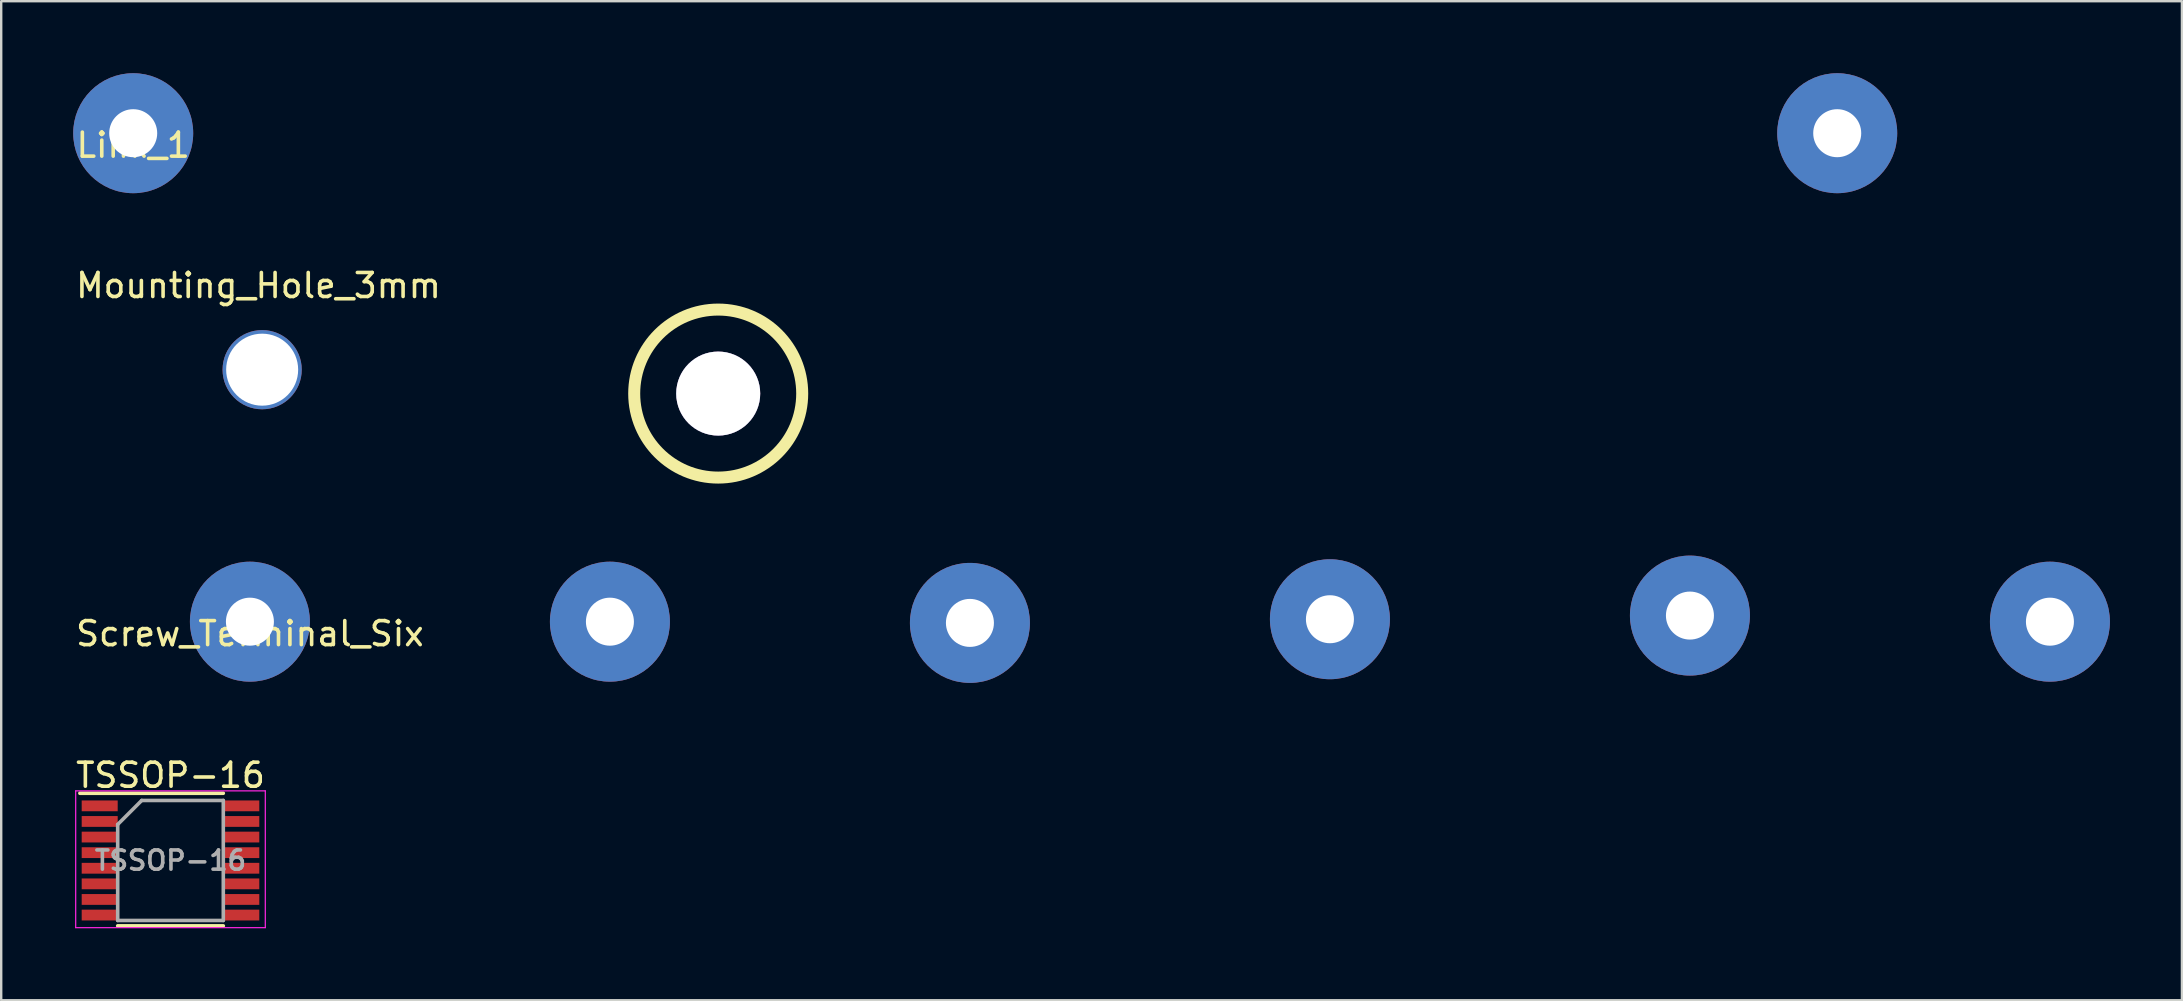
<source format=kicad_pcb>
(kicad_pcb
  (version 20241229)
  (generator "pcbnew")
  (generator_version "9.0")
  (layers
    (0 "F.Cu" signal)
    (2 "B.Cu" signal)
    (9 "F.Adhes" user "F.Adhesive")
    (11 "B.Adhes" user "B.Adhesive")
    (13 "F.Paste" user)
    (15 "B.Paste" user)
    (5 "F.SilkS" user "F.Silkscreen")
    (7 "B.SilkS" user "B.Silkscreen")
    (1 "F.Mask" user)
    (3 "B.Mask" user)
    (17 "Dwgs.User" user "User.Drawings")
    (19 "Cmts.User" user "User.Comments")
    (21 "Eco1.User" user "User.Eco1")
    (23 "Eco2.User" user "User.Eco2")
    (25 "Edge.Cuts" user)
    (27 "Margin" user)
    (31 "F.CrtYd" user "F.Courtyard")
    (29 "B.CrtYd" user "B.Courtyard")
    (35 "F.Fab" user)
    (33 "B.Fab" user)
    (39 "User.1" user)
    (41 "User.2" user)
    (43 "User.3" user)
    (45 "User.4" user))
  (footprint "Mounting_Hole_3mm"
    (layer "F.Cu")
    (at 7.873 12.353)
    (property "Reference" "Mounting_Hole_3mm" (at -0.152 -3.505 0) (layer "F.SilkS") (effects (font (size 1 1) (thickness 0.15))))
    (attr through_hole)
    (pad "1" thru_hole circle (at 0 0) (size 3.3 3.3) (drill 3) (layers "*.Cu")))
  (footprint "Screw_Terminal_Six"
    (layer "F.Cu")
    (at 7.363 22.853)
    (property "Reference" "Screw_Terminal_Six" (at 0 0.5 0) (layer "F.SilkS") (effects (font (size 1 1) (thickness 0.15))))
    (attr through_hole)
    (pad "1" thru_hole circle (at 0 0) (size 5 5) (drill 2) (layers "*.Cu" "*.Mask"))
    (pad "2" thru_hole circle (at 15 0) (size 5 5) (drill 2) (layers "*.Cu" "*.Mask"))
    (pad "3" thru_hole circle (at 30 0.051) (size 5 5) (drill 2) (layers "*.Cu" "*.Mask"))
    (pad "4" thru_hole circle (at 45 -0.102) (size 5 5) (drill 2) (layers "*.Cu" "*.Mask"))
    (pad "5" thru_hole circle (at 60 -0.254) (size 5 5) (drill 2) (layers "*.Cu" "*.Mask"))
    (pad "6" thru_hole circle (at 75 0) (size 5 5) (drill 2) (layers "*.Cu" "*.Mask")))
  (footprint "TSSOP-16"
    (layer "F.Cu")
    (at 4.054 32.802)
    (property "Reference" "TSSOP-16" (at 0 -3.55 0) (layer "F.SilkS") (effects (font (size 1 1) (thickness 0.15))))
    (attr smd)
    (fp_line (start -3.775 -2.8) (end 2.2 -2.8) (stroke (width 0.15) (type solid)) (layer "F.SilkS"))
    (fp_line (start -2.2 2.725) (end 2.2 2.725) (stroke (width 0.15) (type solid)) (layer "F.SilkS"))
    (fp_line (start -3.95 -2.9) (end -3.95 2.8) (stroke (width 0.05) (type solid)) (layer "F.CrtYd"))
    (fp_line (start -3.95 -2.9) (end 3.95 -2.9) (stroke (width 0.05) (type solid)) (layer "F.CrtYd"))
    (fp_line (start -3.95 2.8) (end 3.95 2.8) (stroke (width 0.05) (type solid)) (layer "F.CrtYd"))
    (fp_line (start 3.95 -2.9) (end 3.95 2.8) (stroke (width 0.05) (type solid)) (layer "F.CrtYd"))
    (fp_line (start -2.2 -1.5) (end -1.2 -2.5) (stroke (width 0.15) (type solid)) (layer "F.Fab"))
    (fp_line (start -2.2 2.5) (end -2.2 -1.5) (stroke (width 0.15) (type solid)) (layer "F.Fab"))
    (fp_line (start -1.2 -2.5) (end 2.2 -2.5) (stroke (width 0.15) (type solid)) (layer "F.Fab"))
    (fp_line (start 2.2 -2.5) (end 2.2 2.5) (stroke (width 0.15) (type solid)) (layer "F.Fab"))
    (fp_line (start 2.2 2.5) (end -2.2 2.5) (stroke (width 0.15) (type solid)) (layer "F.Fab"))
    (fp_text user "${REFERENCE}" (at 0 0 0) (layer "F.Fab") (effects (font (size 0.8 0.8) (thickness 0.15))))
    (pad "1" smd rect (at -2.95 -2.275) (size 1.5 0.45) (layers "F.Cu" "F.Mask" "F.Paste"))
    (pad "2" smd rect (at -2.95 -1.625) (size 1.5 0.45) (layers "F.Cu" "F.Mask" "F.Paste"))
    (pad "3" smd rect (at -2.95 -0.975) (size 1.5 0.45) (layers "F.Cu" "F.Mask" "F.Paste"))
    (pad "4" smd rect (at -2.95 -0.325) (size 1.5 0.45) (layers "F.Cu" "F.Mask" "F.Paste"))
    (pad "5" smd rect (at -2.95 0.325) (size 1.5 0.45) (layers "F.Cu" "F.Mask" "F.Paste"))
    (pad "6" smd rect (at -2.95 0.975) (size 1.5 0.45) (layers "F.Cu" "F.Mask" "F.Paste"))
    (pad "7" smd rect (at -2.95 1.625) (size 1.5 0.45) (layers "F.Cu" "F.Mask" "F.Paste"))
    (pad "8" smd rect (at -2.95 2.275) (size 1.5 0.45) (layers "F.Cu" "F.Mask" "F.Paste"))
    (pad "9" smd rect (at 2.95 2.275) (size 1.5 0.45) (layers "F.Cu" "F.Mask" "F.Paste"))
    (pad "10" smd rect (at 2.95 1.625) (size 1.5 0.45) (layers "F.Cu" "F.Mask" "F.Paste"))
    (pad "11" smd rect (at 2.95 0.975) (size 1.5 0.45) (layers "F.Cu" "F.Mask" "F.Paste"))
    (pad "12" smd rect (at 2.95 0.325) (size 1.5 0.45) (layers "F.Cu" "F.Mask" "F.Paste"))
    (pad "13" smd rect (at 2.95 -0.325) (size 1.5 0.45) (layers "F.Cu" "F.Mask" "F.Paste"))
    (pad "14" smd rect (at 2.95 -0.975) (size 1.5 0.45) (layers "F.Cu" "F.Mask" "F.Paste"))
    (pad "15" smd rect (at 2.95 -1.625) (size 1.5 0.45) (layers "F.Cu" "F.Mask" "F.Paste"))
    (pad "16" smd rect (at 2.95 -2.275) (size 1.5 0.45) (layers "F.Cu" "F.Mask" "F.Paste")))
  (footprint "MountingHole_3-5mm"
    (layer "F.Cu")
    (at 26.875 13.349)
    (property "Reference" "MountingHole_3-5mm" (at 0 -4.501 0) (layer "Eco2.User") (effects (font (size 1 1) (thickness 0.15))))
    (attr through_hole)
    (fp_circle (center 0 0) (end 3.5 0) (stroke (width 0.5) (type solid)) (fill no) (layer "F.SilkS"))
    (pad "" thru_hole circle (at 0 0) (size 3.5 3.5) (drill 3.5) (layers)))
  (footprint "Link_1"
    (layer "F.Cu")
    (at 2.5 2.5)
    (property "Reference" "Link_1" (at 0 0.5 0) (layer "F.SilkS") (effects (font (size 1 1) (thickness 0.15))))
    (attr through_hole)
    (pad "1" thru_hole circle (at 0 0) (size 5 5) (drill 2) (layers "*.Cu" "*.Mask"))
    (pad "2" thru_hole circle (at 71 0) (size 5 5) (drill 2) (layers "*.Cu" "*.Mask")))
  (gr_rect
    (start -3 -3)
    (end 87.863 38.627)
    (stroke (width 0.1) (type default))
    (fill no)
    (layer "Edge.Cuts")))
</source>
